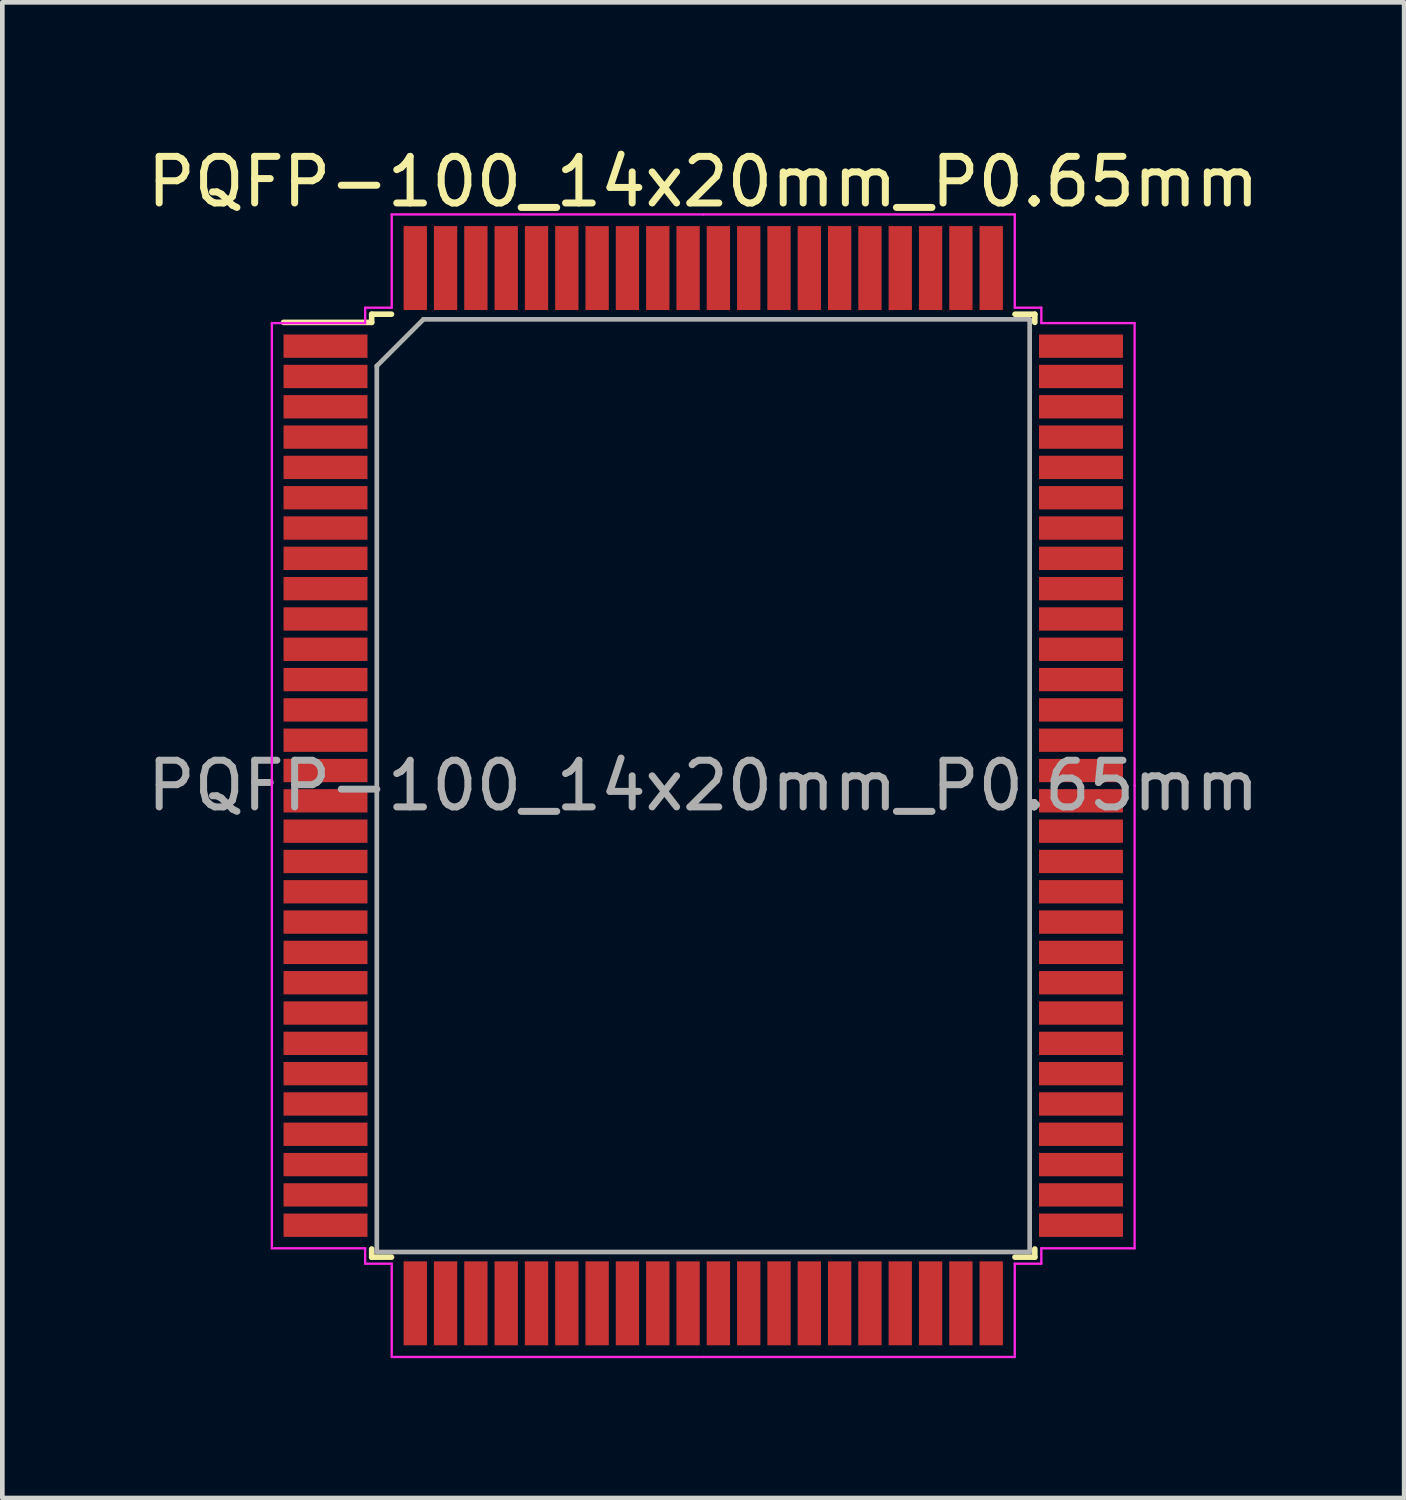
<source format=kicad_pcb>
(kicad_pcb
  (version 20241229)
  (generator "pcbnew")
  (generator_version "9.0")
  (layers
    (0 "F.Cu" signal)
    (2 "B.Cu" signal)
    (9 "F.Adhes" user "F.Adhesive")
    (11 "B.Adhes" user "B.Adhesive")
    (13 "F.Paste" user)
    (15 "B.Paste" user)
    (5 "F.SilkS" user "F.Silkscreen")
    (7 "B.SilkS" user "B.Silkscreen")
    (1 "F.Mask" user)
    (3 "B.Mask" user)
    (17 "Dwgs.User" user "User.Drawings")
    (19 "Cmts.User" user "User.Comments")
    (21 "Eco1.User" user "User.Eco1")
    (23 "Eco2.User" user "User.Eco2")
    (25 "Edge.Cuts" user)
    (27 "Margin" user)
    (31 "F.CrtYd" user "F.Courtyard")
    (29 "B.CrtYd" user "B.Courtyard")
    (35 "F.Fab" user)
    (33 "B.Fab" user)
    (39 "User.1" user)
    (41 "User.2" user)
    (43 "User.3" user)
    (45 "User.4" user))
  (footprint "PQFP-100_14x20mm_P0.65mm"
    (layer "F.Cu")
    (at 12.03 13.798)
    (property "Reference" "PQFP-100_14x20mm_P0.65mm" (at 0 -12.95 0) (layer "F.SilkS") (effects (font (size 1 1) (thickness 0.15))))
    (attr smd)
    (fp_line (start -7.11 -10.11) (end -7.11 -9.935) (stroke (width 0.12) (type solid)) (layer "F.SilkS"))
    (fp_line (start -7.11 -9.935) (end -9 -9.935) (stroke (width 0.12) (type solid)) (layer "F.SilkS"))
    (fp_line (start -7.11 10.11) (end -7.11 9.935) (stroke (width 0.12) (type solid)) (layer "F.SilkS"))
    (fp_line (start -6.685 -10.11) (end -7.11 -10.11) (stroke (width 0.12) (type solid)) (layer "F.SilkS"))
    (fp_line (start -6.685 10.11) (end -7.11 10.11) (stroke (width 0.12) (type solid)) (layer "F.SilkS"))
    (fp_line (start 6.685 -10.11) (end 7.11 -10.11) (stroke (width 0.12) (type solid)) (layer "F.SilkS"))
    (fp_line (start 6.685 10.11) (end 7.11 10.11) (stroke (width 0.12) (type solid)) (layer "F.SilkS"))
    (fp_line (start 7.11 -10.11) (end 7.11 -9.935) (stroke (width 0.12) (type solid)) (layer "F.SilkS"))
    (fp_line (start 7.11 10.11) (end 7.11 9.935) (stroke (width 0.12) (type solid)) (layer "F.SilkS"))
    (fp_line (start -9.25 -9.92) (end -9.25 0) (stroke (width 0.05) (type solid)) (layer "F.CrtYd"))
    (fp_line (start -9.25 9.92) (end -9.25 0) (stroke (width 0.05) (type solid)) (layer "F.CrtYd"))
    (fp_line (start -7.25 -10.25) (end -7.25 -9.92) (stroke (width 0.05) (type solid)) (layer "F.CrtYd"))
    (fp_line (start -7.25 -9.92) (end -9.25 -9.92) (stroke (width 0.05) (type solid)) (layer "F.CrtYd"))
    (fp_line (start -7.25 9.92) (end -9.25 9.92) (stroke (width 0.05) (type solid)) (layer "F.CrtYd"))
    (fp_line (start -7.25 10.25) (end -7.25 9.92) (stroke (width 0.05) (type solid)) (layer "F.CrtYd"))
    (fp_line (start -6.68 -12.25) (end -6.68 -10.25) (stroke (width 0.05) (type solid)) (layer "F.CrtYd"))
    (fp_line (start -6.68 -10.25) (end -7.25 -10.25) (stroke (width 0.05) (type solid)) (layer "F.CrtYd"))
    (fp_line (start -6.68 10.25) (end -7.25 10.25) (stroke (width 0.05) (type solid)) (layer "F.CrtYd"))
    (fp_line (start -6.68 12.25) (end -6.68 10.25) (stroke (width 0.05) (type solid)) (layer "F.CrtYd"))
    (fp_line (start 0 -12.25) (end -6.68 -12.25) (stroke (width 0.05) (type solid)) (layer "F.CrtYd"))
    (fp_line (start 0 -12.25) (end 6.68 -12.25) (stroke (width 0.05) (type solid)) (layer "F.CrtYd"))
    (fp_line (start 0 12.25) (end -6.68 12.25) (stroke (width 0.05) (type solid)) (layer "F.CrtYd"))
    (fp_line (start 0 12.25) (end 6.68 12.25) (stroke (width 0.05) (type solid)) (layer "F.CrtYd"))
    (fp_line (start 6.68 -12.25) (end 6.68 -10.25) (stroke (width 0.05) (type solid)) (layer "F.CrtYd"))
    (fp_line (start 6.68 -10.25) (end 7.25 -10.25) (stroke (width 0.05) (type solid)) (layer "F.CrtYd"))
    (fp_line (start 6.68 10.25) (end 7.25 10.25) (stroke (width 0.05) (type solid)) (layer "F.CrtYd"))
    (fp_line (start 6.68 12.25) (end 6.68 10.25) (stroke (width 0.05) (type solid)) (layer "F.CrtYd"))
    (fp_line (start 7.25 -10.25) (end 7.25 -9.92) (stroke (width 0.05) (type solid)) (layer "F.CrtYd"))
    (fp_line (start 7.25 -9.92) (end 9.25 -9.92) (stroke (width 0.05) (type solid)) (layer "F.CrtYd"))
    (fp_line (start 7.25 9.92) (end 9.25 9.92) (stroke (width 0.05) (type solid)) (layer "F.CrtYd"))
    (fp_line (start 7.25 10.25) (end 7.25 9.92) (stroke (width 0.05) (type solid)) (layer "F.CrtYd"))
    (fp_line (start 9.25 -9.92) (end 9.25 0) (stroke (width 0.05) (type solid)) (layer "F.CrtYd"))
    (fp_line (start 9.25 9.92) (end 9.25 0) (stroke (width 0.05) (type solid)) (layer "F.CrtYd"))
    (fp_line (start -7 -9) (end -6 -10) (stroke (width 0.1) (type solid)) (layer "F.Fab"))
    (fp_line (start -7 10) (end -7 -9) (stroke (width 0.1) (type solid)) (layer "F.Fab"))
    (fp_line (start -6 -10) (end 7 -10) (stroke (width 0.1) (type solid)) (layer "F.Fab"))
    (fp_line (start 7 -10) (end 7 10) (stroke (width 0.1) (type solid)) (layer "F.Fab"))
    (fp_line (start 7 10) (end -7 10) (stroke (width 0.1) (type solid)) (layer "F.Fab"))
    (fp_text user "${REFERENCE}" (at 0 0 0) (layer "F.Fab") (effects (font (size 1 1) (thickness 0.15))))
    (pad "1" smd rect (at -8.1 -9.425) (size 1.8 0.5) (layers "F.Cu" "F.Mask" "F.Paste"))
    (pad "2" smd rect (at -8.1 -8.775) (size 1.8 0.5) (layers "F.Cu" "F.Mask" "F.Paste"))
    (pad "3" smd rect (at -8.1 -8.125) (size 1.8 0.5) (layers "F.Cu" "F.Mask" "F.Paste"))
    (pad "4" smd rect (at -8.1 -7.475) (size 1.8 0.5) (layers "F.Cu" "F.Mask" "F.Paste"))
    (pad "5" smd rect (at -8.1 -6.825) (size 1.8 0.5) (layers "F.Cu" "F.Mask" "F.Paste"))
    (pad "6" smd rect (at -8.1 -6.175) (size 1.8 0.5) (layers "F.Cu" "F.Mask" "F.Paste"))
    (pad "7" smd rect (at -8.1 -5.525) (size 1.8 0.5) (layers "F.Cu" "F.Mask" "F.Paste"))
    (pad "8" smd rect (at -8.1 -4.875) (size 1.8 0.5) (layers "F.Cu" "F.Mask" "F.Paste"))
    (pad "9" smd rect (at -8.1 -4.225) (size 1.8 0.5) (layers "F.Cu" "F.Mask" "F.Paste"))
    (pad "10" smd rect (at -8.1 -3.575) (size 1.8 0.5) (layers "F.Cu" "F.Mask" "F.Paste"))
    (pad "11" smd rect (at -8.1 -2.925) (size 1.8 0.5) (layers "F.Cu" "F.Mask" "F.Paste"))
    (pad "12" smd rect (at -8.1 -2.275) (size 1.8 0.5) (layers "F.Cu" "F.Mask" "F.Paste"))
    (pad "13" smd rect (at -8.1 -1.625) (size 1.8 0.5) (layers "F.Cu" "F.Mask" "F.Paste"))
    (pad "14" smd rect (at -8.1 -0.975) (size 1.8 0.5) (layers "F.Cu" "F.Mask" "F.Paste"))
    (pad "15" smd rect (at -8.1 -0.325) (size 1.8 0.5) (layers "F.Cu" "F.Mask" "F.Paste"))
    (pad "16" smd rect (at -8.1 0.325) (size 1.8 0.5) (layers "F.Cu" "F.Mask" "F.Paste"))
    (pad "17" smd rect (at -8.1 0.975) (size 1.8 0.5) (layers "F.Cu" "F.Mask" "F.Paste"))
    (pad "18" smd rect (at -8.1 1.625) (size 1.8 0.5) (layers "F.Cu" "F.Mask" "F.Paste"))
    (pad "19" smd rect (at -8.1 2.275) (size 1.8 0.5) (layers "F.Cu" "F.Mask" "F.Paste"))
    (pad "20" smd rect (at -8.1 2.925) (size 1.8 0.5) (layers "F.Cu" "F.Mask" "F.Paste"))
    (pad "21" smd rect (at -8.1 3.575) (size 1.8 0.5) (layers "F.Cu" "F.Mask" "F.Paste"))
    (pad "22" smd rect (at -8.1 4.225) (size 1.8 0.5) (layers "F.Cu" "F.Mask" "F.Paste"))
    (pad "23" smd rect (at -8.1 4.875) (size 1.8 0.5) (layers "F.Cu" "F.Mask" "F.Paste"))
    (pad "24" smd rect (at -8.1 5.525) (size 1.8 0.5) (layers "F.Cu" "F.Mask" "F.Paste"))
    (pad "25" smd rect (at -8.1 6.175) (size 1.8 0.5) (layers "F.Cu" "F.Mask" "F.Paste"))
    (pad "26" smd rect (at -8.1 6.825) (size 1.8 0.5) (layers "F.Cu" "F.Mask" "F.Paste"))
    (pad "27" smd rect (at -8.1 7.475) (size 1.8 0.5) (layers "F.Cu" "F.Mask" "F.Paste"))
    (pad "28" smd rect (at -8.1 8.125) (size 1.8 0.5) (layers "F.Cu" "F.Mask" "F.Paste"))
    (pad "29" smd rect (at -8.1 8.775) (size 1.8 0.5) (layers "F.Cu" "F.Mask" "F.Paste"))
    (pad "30" smd rect (at -8.1 9.425) (size 1.8 0.5) (layers "F.Cu" "F.Mask" "F.Paste"))
    (pad "31" smd rect (at -6.175 11.1) (size 0.5 1.8) (layers "F.Cu" "F.Mask" "F.Paste"))
    (pad "32" smd rect (at -5.525 11.1) (size 0.5 1.8) (layers "F.Cu" "F.Mask" "F.Paste"))
    (pad "33" smd rect (at -4.875 11.1) (size 0.5 1.8) (layers "F.Cu" "F.Mask" "F.Paste"))
    (pad "34" smd rect (at -4.225 11.1) (size 0.5 1.8) (layers "F.Cu" "F.Mask" "F.Paste"))
    (pad "35" smd rect (at -3.575 11.1) (size 0.5 1.8) (layers "F.Cu" "F.Mask" "F.Paste"))
    (pad "36" smd rect (at -2.925 11.1) (size 0.5 1.8) (layers "F.Cu" "F.Mask" "F.Paste"))
    (pad "37" smd rect (at -2.275 11.1) (size 0.5 1.8) (layers "F.Cu" "F.Mask" "F.Paste"))
    (pad "38" smd rect (at -1.625 11.1) (size 0.5 1.8) (layers "F.Cu" "F.Mask" "F.Paste"))
    (pad "39" smd rect (at -0.975 11.1) (size 0.5 1.8) (layers "F.Cu" "F.Mask" "F.Paste"))
    (pad "40" smd rect (at -0.325 11.1) (size 0.5 1.8) (layers "F.Cu" "F.Mask" "F.Paste"))
    (pad "41" smd rect (at 0.325 11.1) (size 0.5 1.8) (layers "F.Cu" "F.Mask" "F.Paste"))
    (pad "42" smd rect (at 0.975 11.1) (size 0.5 1.8) (layers "F.Cu" "F.Mask" "F.Paste"))
    (pad "43" smd rect (at 1.625 11.1) (size 0.5 1.8) (layers "F.Cu" "F.Mask" "F.Paste"))
    (pad "44" smd rect (at 2.275 11.1) (size 0.5 1.8) (layers "F.Cu" "F.Mask" "F.Paste"))
    (pad "45" smd rect (at 2.925 11.1) (size 0.5 1.8) (layers "F.Cu" "F.Mask" "F.Paste"))
    (pad "46" smd rect (at 3.575 11.1) (size 0.5 1.8) (layers "F.Cu" "F.Mask" "F.Paste"))
    (pad "47" smd rect (at 4.225 11.1) (size 0.5 1.8) (layers "F.Cu" "F.Mask" "F.Paste"))
    (pad "48" smd rect (at 4.875 11.1) (size 0.5 1.8) (layers "F.Cu" "F.Mask" "F.Paste"))
    (pad "49" smd rect (at 5.525 11.1) (size 0.5 1.8) (layers "F.Cu" "F.Mask" "F.Paste"))
    (pad "50" smd rect (at 6.175 11.1) (size 0.5 1.8) (layers "F.Cu" "F.Mask" "F.Paste"))
    (pad "51" smd rect (at 8.1 9.425) (size 1.8 0.5) (layers "F.Cu" "F.Mask" "F.Paste"))
    (pad "52" smd rect (at 8.1 8.775) (size 1.8 0.5) (layers "F.Cu" "F.Mask" "F.Paste"))
    (pad "53" smd rect (at 8.1 8.125) (size 1.8 0.5) (layers "F.Cu" "F.Mask" "F.Paste"))
    (pad "54" smd rect (at 8.1 7.475) (size 1.8 0.5) (layers "F.Cu" "F.Mask" "F.Paste"))
    (pad "55" smd rect (at 8.1 6.825) (size 1.8 0.5) (layers "F.Cu" "F.Mask" "F.Paste"))
    (pad "56" smd rect (at 8.1 6.175) (size 1.8 0.5) (layers "F.Cu" "F.Mask" "F.Paste"))
    (pad "57" smd rect (at 8.1 5.525) (size 1.8 0.5) (layers "F.Cu" "F.Mask" "F.Paste"))
    (pad "58" smd rect (at 8.1 4.875) (size 1.8 0.5) (layers "F.Cu" "F.Mask" "F.Paste"))
    (pad "59" smd rect (at 8.1 4.225) (size 1.8 0.5) (layers "F.Cu" "F.Mask" "F.Paste"))
    (pad "60" smd rect (at 8.1 3.575) (size 1.8 0.5) (layers "F.Cu" "F.Mask" "F.Paste"))
    (pad "61" smd rect (at 8.1 2.925) (size 1.8 0.5) (layers "F.Cu" "F.Mask" "F.Paste"))
    (pad "62" smd rect (at 8.1 2.275) (size 1.8 0.5) (layers "F.Cu" "F.Mask" "F.Paste"))
    (pad "63" smd rect (at 8.1 1.625) (size 1.8 0.5) (layers "F.Cu" "F.Mask" "F.Paste"))
    (pad "64" smd rect (at 8.1 0.975) (size 1.8 0.5) (layers "F.Cu" "F.Mask" "F.Paste"))
    (pad "65" smd rect (at 8.1 0.325) (size 1.8 0.5) (layers "F.Cu" "F.Mask" "F.Paste"))
    (pad "66" smd rect (at 8.1 -0.325) (size 1.8 0.5) (layers "F.Cu" "F.Mask" "F.Paste"))
    (pad "67" smd rect (at 8.1 -0.975) (size 1.8 0.5) (layers "F.Cu" "F.Mask" "F.Paste"))
    (pad "68" smd rect (at 8.1 -1.625) (size 1.8 0.5) (layers "F.Cu" "F.Mask" "F.Paste"))
    (pad "69" smd rect (at 8.1 -2.275) (size 1.8 0.5) (layers "F.Cu" "F.Mask" "F.Paste"))
    (pad "70" smd rect (at 8.1 -2.925) (size 1.8 0.5) (layers "F.Cu" "F.Mask" "F.Paste"))
    (pad "71" smd rect (at 8.1 -3.575) (size 1.8 0.5) (layers "F.Cu" "F.Mask" "F.Paste"))
    (pad "72" smd rect (at 8.1 -4.225) (size 1.8 0.5) (layers "F.Cu" "F.Mask" "F.Paste"))
    (pad "73" smd rect (at 8.1 -4.875) (size 1.8 0.5) (layers "F.Cu" "F.Mask" "F.Paste"))
    (pad "74" smd rect (at 8.1 -5.525) (size 1.8 0.5) (layers "F.Cu" "F.Mask" "F.Paste"))
    (pad "75" smd rect (at 8.1 -6.175) (size 1.8 0.5) (layers "F.Cu" "F.Mask" "F.Paste"))
    (pad "76" smd rect (at 8.1 -6.825) (size 1.8 0.5) (layers "F.Cu" "F.Mask" "F.Paste"))
    (pad "77" smd rect (at 8.1 -7.475) (size 1.8 0.5) (layers "F.Cu" "F.Mask" "F.Paste"))
    (pad "78" smd rect (at 8.1 -8.125) (size 1.8 0.5) (layers "F.Cu" "F.Mask" "F.Paste"))
    (pad "79" smd rect (at 8.1 -8.775) (size 1.8 0.5) (layers "F.Cu" "F.Mask" "F.Paste"))
    (pad "80" smd rect (at 8.1 -9.425) (size 1.8 0.5) (layers "F.Cu" "F.Mask" "F.Paste"))
    (pad "81" smd rect (at 6.175 -11.1) (size 0.5 1.8) (layers "F.Cu" "F.Mask" "F.Paste"))
    (pad "82" smd rect (at 5.525 -11.1) (size 0.5 1.8) (layers "F.Cu" "F.Mask" "F.Paste"))
    (pad "83" smd rect (at 4.875 -11.1) (size 0.5 1.8) (layers "F.Cu" "F.Mask" "F.Paste"))
    (pad "84" smd rect (at 4.225 -11.1) (size 0.5 1.8) (layers "F.Cu" "F.Mask" "F.Paste"))
    (pad "85" smd rect (at 3.575 -11.1) (size 0.5 1.8) (layers "F.Cu" "F.Mask" "F.Paste"))
    (pad "86" smd rect (at 2.925 -11.1) (size 0.5 1.8) (layers "F.Cu" "F.Mask" "F.Paste"))
    (pad "87" smd rect (at 2.275 -11.1) (size 0.5 1.8) (layers "F.Cu" "F.Mask" "F.Paste"))
    (pad "88" smd rect (at 1.625 -11.1) (size 0.5 1.8) (layers "F.Cu" "F.Mask" "F.Paste"))
    (pad "89" smd rect (at 0.975 -11.1) (size 0.5 1.8) (layers "F.Cu" "F.Mask" "F.Paste"))
    (pad "90" smd rect (at 0.325 -11.1) (size 0.5 1.8) (layers "F.Cu" "F.Mask" "F.Paste"))
    (pad "91" smd rect (at -0.325 -11.1) (size 0.5 1.8) (layers "F.Cu" "F.Mask" "F.Paste"))
    (pad "92" smd rect (at -0.975 -11.1) (size 0.5 1.8) (layers "F.Cu" "F.Mask" "F.Paste"))
    (pad "93" smd rect (at -1.625 -11.1) (size 0.5 1.8) (layers "F.Cu" "F.Mask" "F.Paste"))
    (pad "94" smd rect (at -2.275 -11.1) (size 0.5 1.8) (layers "F.Cu" "F.Mask" "F.Paste"))
    (pad "95" smd rect (at -2.925 -11.1) (size 0.5 1.8) (layers "F.Cu" "F.Mask" "F.Paste"))
    (pad "96" smd rect (at -3.575 -11.1) (size 0.5 1.8) (layers "F.Cu" "F.Mask" "F.Paste"))
    (pad "97" smd rect (at -4.225 -11.1) (size 0.5 1.8) (layers "F.Cu" "F.Mask" "F.Paste"))
    (pad "98" smd rect (at -4.875 -11.1) (size 0.5 1.8) (layers "F.Cu" "F.Mask" "F.Paste"))
    (pad "99" smd rect (at -5.525 -11.1) (size 0.5 1.8) (layers "F.Cu" "F.Mask" "F.Paste"))
    (pad "100" smd rect (at -6.175 -11.1) (size 0.5 1.8) (layers "F.Cu" "F.Mask" "F.Paste")))
  (gr_rect
    (start -3 -3)
    (end 27.06 29.073)
    (stroke (width 0.1) (type default))
    (fill no)
    (layer "Edge.Cuts")))
</source>
